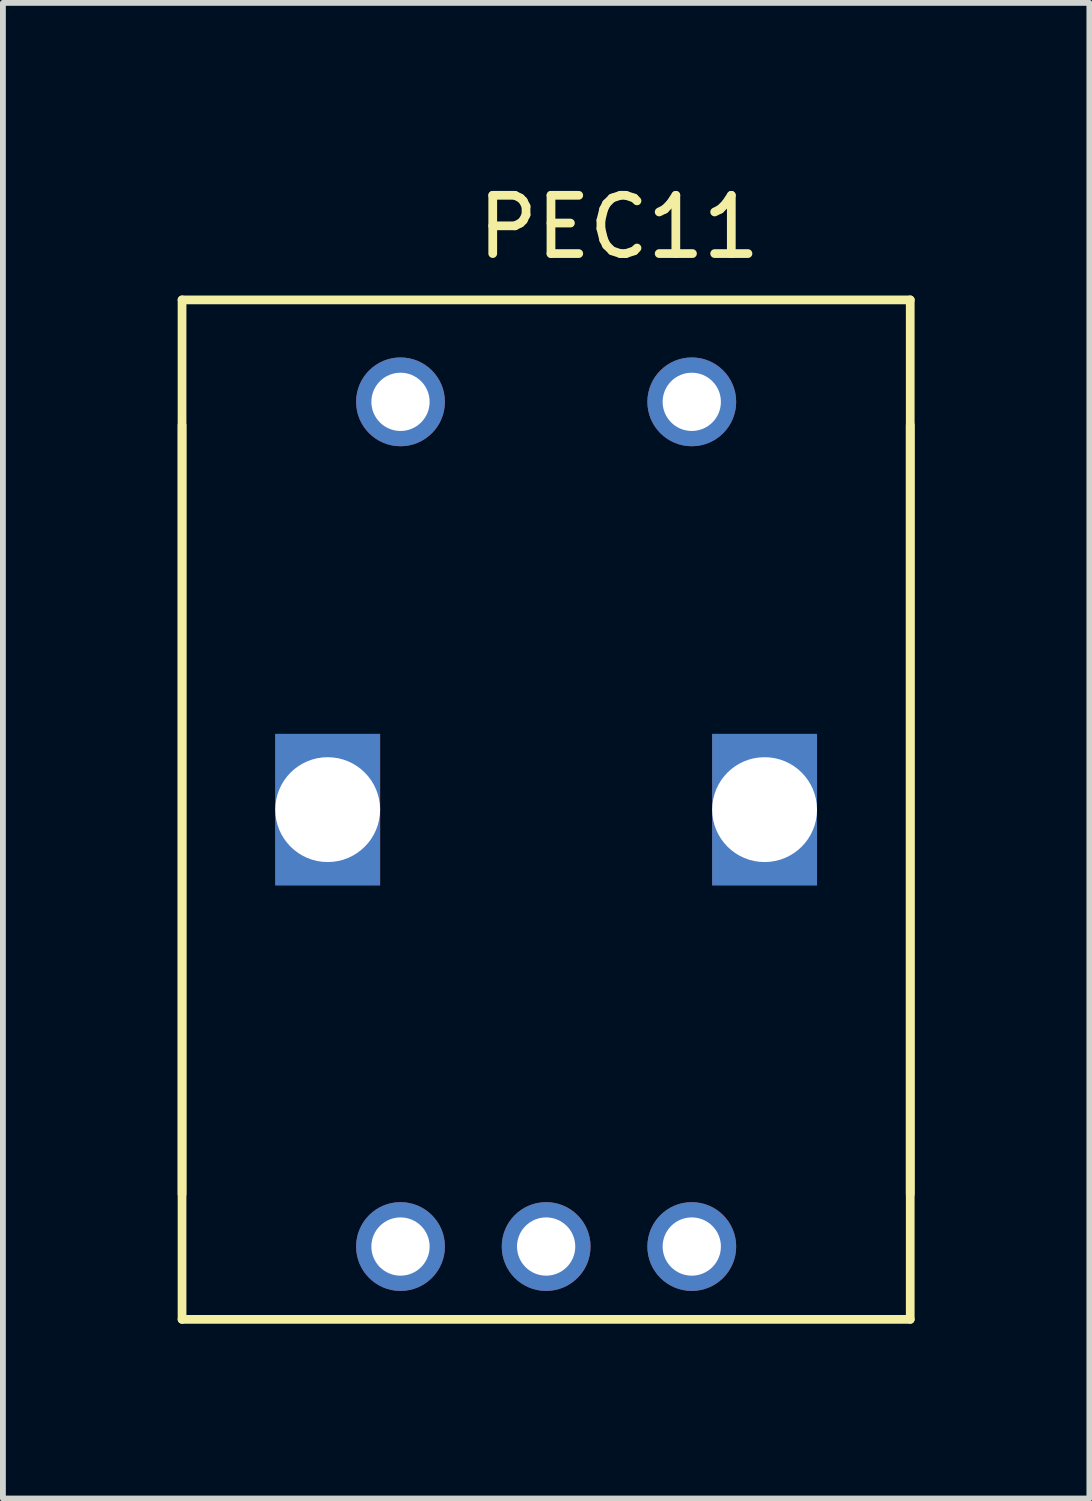
<source format=kicad_pcb>
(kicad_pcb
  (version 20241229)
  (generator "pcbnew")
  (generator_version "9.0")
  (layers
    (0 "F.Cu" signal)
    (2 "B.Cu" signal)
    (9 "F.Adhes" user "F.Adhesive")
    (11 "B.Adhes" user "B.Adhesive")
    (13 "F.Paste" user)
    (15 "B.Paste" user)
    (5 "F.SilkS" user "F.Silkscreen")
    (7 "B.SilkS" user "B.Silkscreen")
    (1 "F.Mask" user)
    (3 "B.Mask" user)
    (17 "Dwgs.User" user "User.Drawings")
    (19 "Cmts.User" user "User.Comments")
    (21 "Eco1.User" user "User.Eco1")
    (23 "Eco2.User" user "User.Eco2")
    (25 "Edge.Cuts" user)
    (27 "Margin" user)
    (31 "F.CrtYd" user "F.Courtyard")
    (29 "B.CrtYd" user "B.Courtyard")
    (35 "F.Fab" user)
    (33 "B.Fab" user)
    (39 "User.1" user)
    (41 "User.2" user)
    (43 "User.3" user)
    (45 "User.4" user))
  (footprint "PEC11"
    (layer "F.Cu")
    (at 6.325 10.848)
    (property "Reference" "PEC11" (at 1.25 -10 0) (layer "F.SilkS") (effects (font (size 1 1) (thickness 0.15))))
    (attr through_hole)
    (fp_line (start -6.25 -8.75) (end -6.25 8.75) (stroke (width 0.15) (type solid)) (layer "F.SilkS"))
    (fp_line (start -6.25 -6.6) (end -6.25 6.6) (stroke (width 0.15) (type solid)) (layer "F.SilkS"))
    (fp_line (start -6.25 8.75) (end 6.25 8.75) (stroke (width 0.15) (type solid)) (layer "F.SilkS"))
    (fp_line (start 6.25 -8.75) (end -6.25 -8.75) (stroke (width 0.15) (type solid)) (layer "F.SilkS"))
    (fp_line (start 6.25 6.6) (end 6.25 -6.6) (stroke (width 0.15) (type solid)) (layer "F.SilkS"))
    (fp_line (start 6.25 8.75) (end 6.25 -8.75) (stroke (width 0.15) (type solid)) (layer "F.SilkS"))
    (pad "" np_thru_hole rect (at -3.75 0) (size 1.8 2.6) (drill 1.8) (layers "*.Cu" "*.Mask"))
    (pad "" np_thru_hole rect (at 3.75 0) (size 1.8 2.6) (drill 1.8) (layers "*.Cu" "*.Mask"))
    (pad "1" thru_hole circle (at -2.5 7.5) (size 1.524 1.524) (drill 1) (layers "*.Cu" "*.Mask"))
    (pad "2" thru_hole circle (at 0 7.5) (size 1.524 1.524) (drill 1) (layers "*.Cu" "*.Mask"))
    (pad "3" thru_hole circle (at 2.5 7.5) (size 1.524 1.524) (drill 1) (layers "*.Cu" "*.Mask"))
    (pad "4" thru_hole circle (at -2.5 -7) (size 1.524 1.524) (drill 1) (layers "*.Cu" "*.Mask"))
    (pad "5" thru_hole circle (at 2.5 -7) (size 1.524 1.524) (drill 1) (layers "*.Cu" "*.Mask")))
  (gr_rect
    (start -3 -3)
    (end 15.65 22.673)
    (stroke (width 0.1) (type default))
    (fill no)
    (layer "Edge.Cuts")))
</source>
